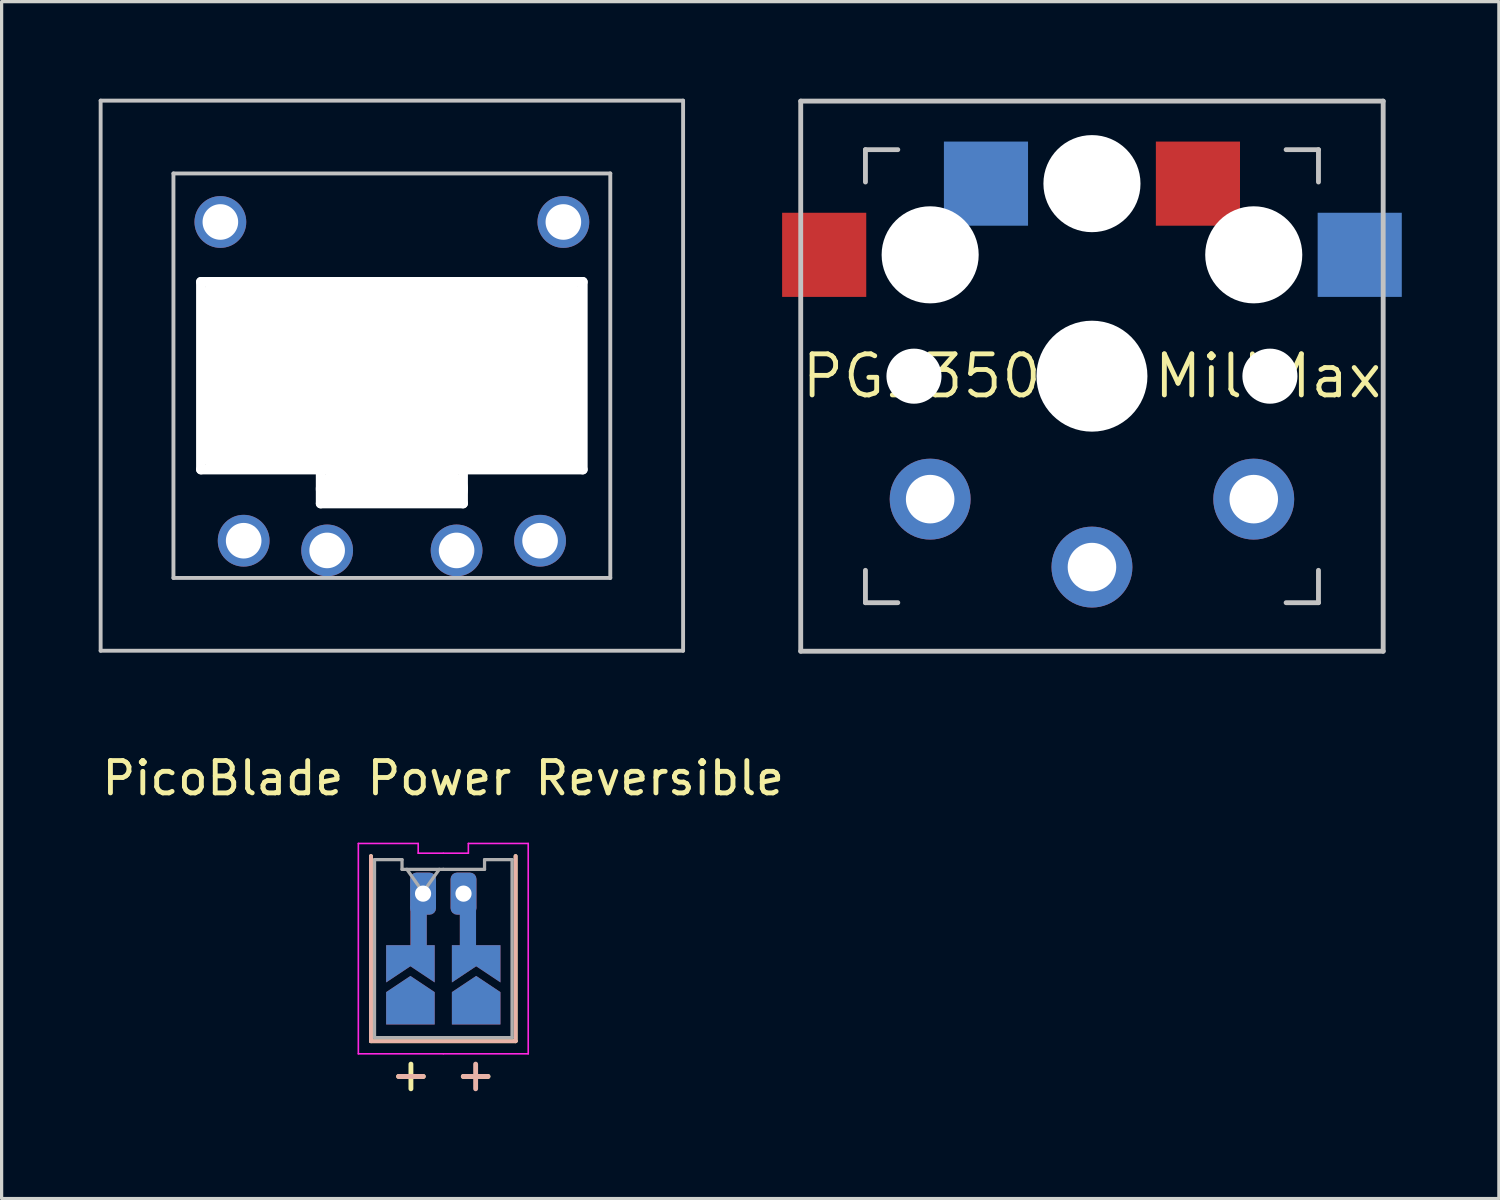
<source format=kicad_pcb>
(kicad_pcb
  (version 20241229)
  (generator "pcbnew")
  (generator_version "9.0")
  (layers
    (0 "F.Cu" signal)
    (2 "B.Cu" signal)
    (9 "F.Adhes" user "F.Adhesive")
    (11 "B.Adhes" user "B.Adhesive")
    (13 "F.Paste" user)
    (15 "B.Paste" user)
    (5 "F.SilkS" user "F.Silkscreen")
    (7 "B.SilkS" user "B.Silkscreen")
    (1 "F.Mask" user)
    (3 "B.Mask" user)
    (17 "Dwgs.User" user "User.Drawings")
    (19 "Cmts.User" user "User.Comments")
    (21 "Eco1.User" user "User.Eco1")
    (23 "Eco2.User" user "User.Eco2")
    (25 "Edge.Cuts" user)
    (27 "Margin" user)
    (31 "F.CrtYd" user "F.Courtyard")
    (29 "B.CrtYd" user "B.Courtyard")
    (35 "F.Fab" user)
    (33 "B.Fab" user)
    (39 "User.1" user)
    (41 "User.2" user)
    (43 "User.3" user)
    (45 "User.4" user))
  (footprint "PG1350 - MillMax"
    (layer "F.Cu")
    (at 30.695 8.575)
    (property "Reference" "PG1350 - MillMax" (at 0 0 180) (layer "F.SilkS") (effects (font (size 1.27 1.27) (thickness 0.15))))
    (attr through_hole)
    (fp_line (start -9 -8.5) (end 9 -8.5) (stroke (width 0.15) (type solid)) (layer "Dwgs.User"))
    (fp_line (start -9 8.5) (end -9 -8.5) (stroke (width 0.15) (type solid)) (layer "Dwgs.User"))
    (fp_line (start -7 -6) (end -7 -7) (stroke (width 0.15) (type solid)) (layer "Dwgs.User"))
    (fp_line (start -7 7) (end -7 6) (stroke (width 0.15) (type solid)) (layer "Dwgs.User"))
    (fp_line (start -7 7) (end -6 7) (stroke (width 0.15) (type solid)) (layer "Dwgs.User"))
    (fp_line (start -6 -7) (end -7 -7) (stroke (width 0.15) (type solid)) (layer "Dwgs.User"))
    (fp_line (start 6 7) (end 7 7) (stroke (width 0.15) (type solid)) (layer "Dwgs.User"))
    (fp_line (start 7 -7) (end 6 -7) (stroke (width 0.15) (type solid)) (layer "Dwgs.User"))
    (fp_line (start 7 -7) (end 7 -6) (stroke (width 0.15) (type solid)) (layer "Dwgs.User"))
    (fp_line (start 7 6) (end 7 7) (stroke (width 0.15) (type solid)) (layer "Dwgs.User"))
    (fp_line (start 9 -8.5) (end 9 8.5) (stroke (width 0.15) (type solid)) (layer "Dwgs.User"))
    (fp_line (start 9 8.5) (end -9 8.5) (stroke (width 0.15) (type solid)) (layer "Dwgs.User"))
    (pad "" np_thru_hole circle (at -5.5 0) (size 1.702 1.702) (drill 1.702) (layers "*.Cu" "*.Mask"))
    (pad "" np_thru_hole circle (at -5 -3.75) (size 3 3) (drill 3) (layers "*.Cu" "*.Mask"))
    (pad "" np_thru_hole circle (at 0 -5.95) (size 3 3) (drill 3) (layers "*.Cu" "*.Mask"))
    (pad "" np_thru_hole circle (at 0 0) (size 3.429 3.429) (drill 3.429) (layers "*.Cu" "*.Mask"))
    (pad "" np_thru_hole circle (at 5 -3.75) (size 3 3) (drill 3) (layers "*.Cu" "*.Mask"))
    (pad "" np_thru_hole circle (at 5.5 0) (size 1.702 1.702) (drill 1.702) (layers "*.Cu" "*.Mask"))
    (pad "1" thru_hole circle (at -5 3.8 180) (size 2.5 2.5) (drill 1.5) (layers "*.Cu" "*.Mask"))
    (pad "1" smd rect (at -3.275 -5.95) (size 2.6 2.6) (layers "B.Cu" "B.Mask" "B.Paste"))
    (pad "1" smd rect (at 3.275 -5.95) (size 2.6 2.6) (layers "F.Cu" "F.Mask" "F.Paste"))
    (pad "1" thru_hole circle (at 5 3.8) (size 2.5 2.5) (drill 1.5) (layers "*.Cu" "*.Mask"))
    (pad "2" smd rect (at -8.275 -3.75) (size 2.6 2.6) (layers "F.Cu" "F.Mask" "F.Paste"))
    (pad "2" thru_hole circle (at 0 5.9 180) (size 2.5 2.5) (drill 1.5) (layers "*.Cu" "*.Mask"))
    (pad "2" smd rect (at 8.275 -3.75) (size 2.6 2.6) (layers "B.Cu" "B.Mask" "B.Paste")))
  (footprint "PicoBlade Power Reversible"
    (layer "F.Cu")
    (at 10.649 26.332)
    (property "Reference" "PicoBlade Power Reversible" (at 0 -5.334 0) (unlocked yes) (layer "F.SilkS") (effects (font (size 1 1) (thickness 0.15))))
    (attr through_hole)
    (fp_line (start -2.235 -2.926) (end -2.235 2.794) (stroke (width 0.12) (type solid)) (layer "F.SilkS"))
    (fp_line (start 2.235 -2.926) (end 2.235 2.794) (stroke (width 0.12) (type solid)) (layer "F.SilkS"))
    (fp_line (start 2.235 2.794) (end -2.235 2.794) (stroke (width 0.12) (type solid)) (layer "F.SilkS"))
    (fp_line (start -2.235 -2.926) (end -2.235 2.794) (stroke (width 0.12) (type solid)) (layer "B.SilkS"))
    (fp_line (start 2.235 -2.926) (end 2.235 2.794) (stroke (width 0.12) (type solid)) (layer "B.SilkS"))
    (fp_line (start 2.235 2.794) (end -2.235 2.794) (stroke (width 0.12) (type solid)) (layer "B.SilkS"))
    (fp_line (start -2.625 -3.316) (end -2.625 3.184) (stroke (width 0.05) (type solid)) (layer "F.CrtYd"))
    (fp_line (start -2.625 3.184) (end -0.005 3.184) (stroke (width 0.05) (type solid)) (layer "F.CrtYd"))
    (fp_line (start -0.775 -3.316) (end -2.625 -3.316) (stroke (width 0.05) (type solid)) (layer "F.CrtYd"))
    (fp_line (start -0.775 -3.016) (end -0.775 -3.316) (stroke (width 0.05) (type solid)) (layer "F.CrtYd"))
    (fp_line (start -0.005 -3.016) (end -0.775 -3.016) (stroke (width 0.05) (type solid)) (layer "F.CrtYd"))
    (fp_line (start 0.005 -3.016) (end 0.775 -3.016) (stroke (width 0.05) (type solid)) (layer "F.CrtYd"))
    (fp_line (start 0.775 -3.316) (end 2.625 -3.316) (stroke (width 0.05) (type solid)) (layer "F.CrtYd"))
    (fp_line (start 0.775 -3.016) (end 0.775 -3.316) (stroke (width 0.05) (type solid)) (layer "F.CrtYd"))
    (fp_line (start 2.625 -3.316) (end 2.625 3.184) (stroke (width 0.05) (type solid)) (layer "F.CrtYd"))
    (fp_line (start 2.625 3.184) (end 0.005 3.184) (stroke (width 0.05) (type solid)) (layer "F.CrtYd"))
    (fp_line (start -2.125 -2.816) (end -2.125 2.684) (stroke (width 0.1) (type solid)) (layer "F.Fab"))
    (fp_line (start -2.125 2.684) (end 0 2.684) (stroke (width 0.1) (type solid)) (layer "F.Fab"))
    (fp_line (start -1.275 -2.816) (end -2.125 -2.816) (stroke (width 0.1) (type solid)) (layer "F.Fab"))
    (fp_line (start -1.275 -2.516) (end -1.275 -2.816) (stroke (width 0.1) (type solid)) (layer "F.Fab"))
    (fp_line (start -1.125 -2.516) (end -0.625 -1.809) (stroke (width 0.1) (type solid)) (layer "F.Fab"))
    (fp_line (start -0.625 -1.809) (end -0.125 -2.516) (stroke (width 0.1) (type solid)) (layer "F.Fab"))
    (fp_line (start 0 -2.516) (end -1.275 -2.516) (stroke (width 0.1) (type solid)) (layer "F.Fab"))
    (fp_line (start 0 -2.516) (end 1.275 -2.516) (stroke (width 0.1) (type solid)) (layer "F.Fab"))
    (fp_line (start 1.275 -2.816) (end 2.125 -2.816) (stroke (width 0.1) (type solid)) (layer "F.Fab"))
    (fp_line (start 1.275 -2.516) (end 1.275 -2.816) (stroke (width 0.1) (type solid)) (layer "F.Fab"))
    (fp_line (start 2.125 -2.816) (end 2.125 2.684) (stroke (width 0.1) (type solid)) (layer "F.Fab"))
    (fp_line (start 2.125 2.684) (end 0 2.684) (stroke (width 0.1) (type solid)) (layer "F.Fab"))
    (fp_text user "+ -" (at 0 3.81 0) (unlocked yes) (layer "F.SilkS") (effects (font (size 1 1) (thickness 0.15))))
    (fp_text user "+ -" (at 0 3.81 0) (unlocked yes) (layer "B.SilkS") (effects (font (size 1 1) (thickness 0.15)) (justify mirror)))
    (pad "" smd custom (at -1.016 0.328 270) (size 0.3 0.3) (layers "F.Cu" "F.Mask") (options (anchor rect)) (primitives (gr_poly (pts (xy 0.15 0) (xy 0.65 0.75) (xy -0.5 0.75) (xy -0.5 -0.75) (xy 0.65 -0.75)) (width 0) (fill yes))))
    (pad "" smd custom (at -1.016 0.328 270) (size 0.3 0.3) (layers "B.Cu" "B.Mask") (options (anchor rect)) (primitives (gr_poly (pts (xy 0.15 0) (xy 0.65 0.75) (xy -0.5 0.75) (xy -0.5 -0.75) (xy 0.65 -0.75)) (width 0) (fill yes))))
    (pad "" smd rect (at -0.764 -0.622) (size 0.504 1.524) (layers "F.Cu"))
    (pad "" smd rect (at -0.762 -0.622) (size 0.5 1.524) (layers "B.Cu"))
    (pad "" thru_hole roundrect (at -0.625 -1.766) (size 0.8 1.3) (drill 0.5) (layers "*.Cu" "*.Mask") (roundrect_rratio 0.25))
    (pad "" thru_hole roundrect (at 0.625 -1.766) (size 0.8 1.3) (drill 0.5) (layers "*.Cu" "*.Mask") (roundrect_rratio 0.25))
    (pad "" smd rect (at 0.762 -0.622) (size 0.5 1.524) (layers "F.Cu"))
    (pad "" smd rect (at 0.762 -0.622) (size 0.5 1.524) (layers "B.Cu"))
    (pad "" smd custom (at 1.016 0.328 270) (size 0.3 0.3) (layers "F.Cu" "F.Mask") (options (anchor rect)) (primitives (gr_poly (pts (xy 0.15 0) (xy 0.65 0.75) (xy -0.5 0.75) (xy -0.5 -0.75) (xy 0.65 -0.75)) (width 0) (fill yes))))
    (pad "" smd custom (at 1.016 0.328 270) (size 0.3 0.3) (layers "B.Cu" "B.Mask") (options (anchor rect)) (primitives (gr_poly (pts (xy 0.15 0) (xy 0.65 0.75) (xy -0.5 0.75) (xy -0.5 -0.75) (xy 0.65 -0.75)) (width 0) (fill yes))))
    (pad "1" smd custom (at -1.016 1.778 270) (size 0.3 0.3) (layers "F.Cu" "F.Mask") (options (anchor rect)) (primitives (gr_poly (pts (xy 0.5 0.75) (xy -0.5 0.75) (xy -1 0) (xy -0.5 -0.75) (xy 0.5 -0.75)) (width 0) (fill yes))))
    (pad "1" smd custom (at 1.016 1.778 270) (size 0.3 0.3) (layers "B.Cu" "B.Mask") (options (anchor rect)) (primitives (gr_poly (pts (xy 0.5 0.75) (xy -0.5 0.75) (xy -1 0) (xy -0.5 -0.75) (xy 0.5 -0.75)) (width 0) (fill yes))))
    (pad "2" smd custom (at -1.016 1.778 270) (size 0.3 0.3) (layers "B.Cu" "B.Mask") (options (anchor rect)) (primitives (gr_poly (pts (xy 0.5 0.75) (xy -0.5 0.75) (xy -1 0) (xy -0.5 -0.75) (xy 0.5 -0.75)) (width 0) (fill yes))))
    (pad "2" smd custom (at 1.016 1.778 270) (size 0.3 0.3) (layers "F.Cu" "F.Mask") (options (anchor rect)) (primitives (gr_poly (pts (xy 0.5 0.75) (xy -0.5 0.75) (xy -1 0) (xy -0.5 -0.75) (xy 0.5 -0.75)) (width 0) (fill yes)))))
  (footprint "Choc Mini"
    (layer "F.Cu")
    (at 9.06 8.56)
    (property "Reference" "Choc Mini" (at 0 1.5 180) (layer "F.Fab") (effects (font (size 1 1) (thickness 0.15))))
    (attr through_hole)
    (fp_line (start -9 -8.5) (end -9 8.5) (stroke (width 0.12) (type solid)) (layer "Dwgs.User"))
    (fp_line (start -9 8.5) (end 9 8.5) (stroke (width 0.12) (type solid)) (layer "Dwgs.User"))
    (fp_line (start -6.75 -6.25) (end 6.75 -6.25) (stroke (width 0.12) (type solid)) (layer "Dwgs.User"))
    (fp_line (start -6.75 6.25) (end -6.75 -6.25) (stroke (width 0.12) (type solid)) (layer "Dwgs.User"))
    (fp_line (start -5.95 -2.95) (end 5.95 -2.95) (stroke (width 0.12) (type solid)) (layer "Dwgs.User"))
    (fp_line (start -5.95 2.95) (end -5.95 -2.95) (stroke (width 0.12) (type solid)) (layer "Dwgs.User"))
    (fp_line (start -2.25 2.95) (end -5.95 2.95) (stroke (width 0.12) (type solid)) (layer "Dwgs.User"))
    (fp_line (start -2.25 2.95) (end -2.25 4) (stroke (width 0.12) (type solid)) (layer "Dwgs.User"))
    (fp_line (start -2.25 4) (end 2.25 4) (stroke (width 0.12) (type solid)) (layer "Dwgs.User"))
    (fp_line (start 2.25 2.95) (end 5.95 2.95) (stroke (width 0.12) (type solid)) (layer "Dwgs.User"))
    (fp_line (start 2.25 4) (end 2.25 2.95) (stroke (width 0.12) (type solid)) (layer "Dwgs.User"))
    (fp_line (start 5.95 -2.95) (end 5.95 2.95) (stroke (width 0.12) (type solid)) (layer "Dwgs.User"))
    (fp_line (start 6.75 -6.25) (end 6.75 6.25) (stroke (width 0.12) (type solid)) (layer "Dwgs.User"))
    (fp_line (start 6.75 6.25) (end -6.75 6.25) (stroke (width 0.12) (type solid)) (layer "Dwgs.User"))
    (fp_line (start 9 -8.5) (end -9 -8.5) (stroke (width 0.12) (type solid)) (layer "Dwgs.User"))
    (fp_line (start 9 8.5) (end 9 -8.5) (stroke (width 0.12) (type solid)) (layer "Dwgs.User"))
    (pad "" np_thru_hole oval (at -5.9 0 90) (size 6.1 0.3) (drill oval 6.1 0.3) (layers "*.Cu" "*.Mask"))
    (pad "" np_thru_hole oval (at -5.36 0) (size 1 5.9) (drill oval 1 5.9) (layers "*.Cu" "*.Mask"))
    (pad "" np_thru_hole oval (at -4.59 0) (size 1 5.9) (drill oval 1 5.9) (layers "*.Cu" "*.Mask"))
    (pad "" np_thru_hole oval (at -4.2 0) (size 1 5.9) (drill oval 1 5.9) (layers "*.Cu" "*.Mask"))
    (pad "" np_thru_hole oval (at -2.2 3.5 90) (size 1.2 0.3) (drill oval 1.2 0.3) (layers "*.Cu" "*.Mask"))
    (pad "" np_thru_hole oval (at 0 -2.9) (size 12.1 0.3) (drill oval 12.1 0.3) (layers "*.Cu" "*.Mask"))
    (pad "" np_thru_hole oval (at 0 0) (size 11.85 5.9) (drill oval 11.85 5.9) (layers "*.Cu" "*.Mask"))
    (pad "" np_thru_hole oval (at 0 2.9) (size 12.1 0.3) (drill oval 12.1 0.3) (layers "*.Cu" "*.Mask"))
    (pad "" np_thru_hole oval (at 0 3.5) (size 4.7 1) (drill oval 4.7 1) (layers "*.Cu" "*.Mask"))
    (pad "" np_thru_hole oval (at 0 3.95) (size 4.7 0.3) (drill oval 4.7 0.3) (layers "*.Cu" "*.Mask"))
    (pad "" np_thru_hole oval (at 2.2 3.5 90) (size 1.2 0.3) (drill oval 1.2 0.3) (layers "*.Cu" "*.Mask"))
    (pad "" np_thru_hole oval (at 4.2 0) (size 1 5.9) (drill oval 1 5.9) (layers "*.Cu" "*.Mask"))
    (pad "" np_thru_hole oval (at 4.59 0) (size 1 5.9) (drill oval 1 5.9) (layers "*.Cu" "*.Mask"))
    (pad "" np_thru_hole oval (at 5.36 0) (size 1 5.9) (drill oval 1 5.9) (layers "*.Cu" "*.Mask"))
    (pad "" np_thru_hole oval (at 5.9 0 90) (size 6.1 0.3) (drill oval 6.1 0.3) (layers "*.Cu" "*.Mask"))
    (pad "1" thru_hole circle (at -4.58 5.1) (size 1.6 1.6) (drill 1.1) (layers "*.Cu" "*.Mask"))
    (pad "1" thru_hole circle (at 4.58 5.1) (size 1.6 1.6) (drill 1.1) (layers "*.Cu" "*.Mask"))
    (pad "1" thru_hole circle (at 5.3 -4.75) (size 1.6 1.6) (drill 1.1) (layers "*.Cu" "*.Mask"))
    (pad "2" thru_hole circle (at -5.3 -4.75) (size 1.6 1.6) (drill 1.1) (layers "*.Cu" "*.Mask"))
    (pad "2" thru_hole circle (at -2 5.4) (size 1.6 1.6) (drill 1.1) (layers "*.Cu" "*.Mask"))
    (pad "2" thru_hole circle (at 2 5.4) (size 1.6 1.6) (drill 1.1) (layers "*.Cu" "*.Mask")))
  (gr_rect
    (start -3 -3)
    (end 43.27 33.99)
    (stroke (width 0.1) (type default))
    (fill no)
    (layer "Edge.Cuts")))
</source>
